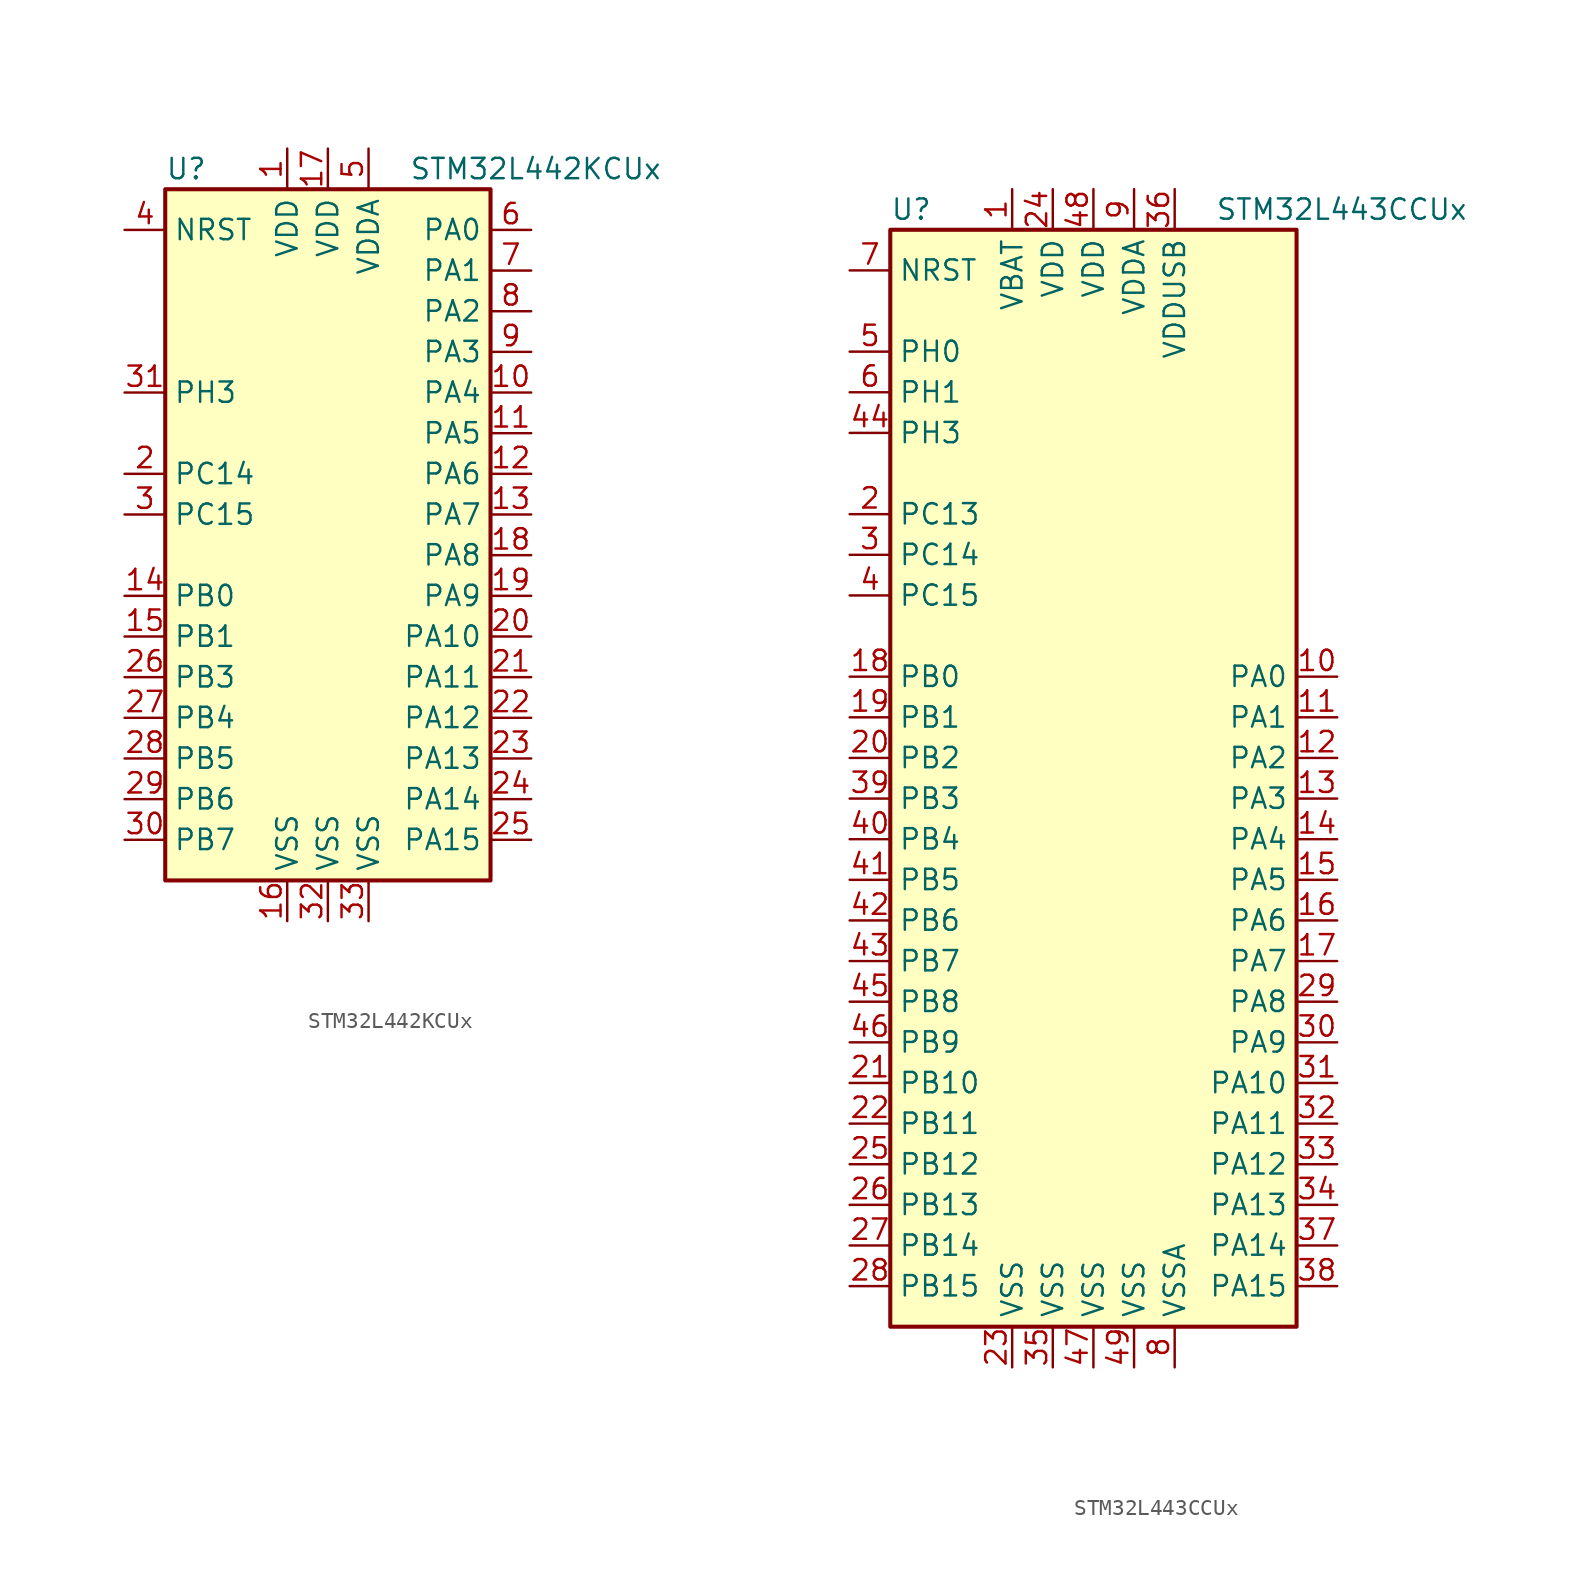
<source format=kicad_sym>
(kicad_symbol_lib
  (version 20211014)
  (generator kicad_symbol_editor)
  (symbol "STM32L442KCUx"
    (property "Reference" "U"
      (at -10.16 21.59 0)
      (effects (font (size 1.27 1.27)) (justify left)))
    (property "Value" "STM32L442KCUx"
      (at 5.08 21.59 0)
      (effects (font (size 1.27 1.27)) (justify left)))
    (symbol "STM32L442KCUx_0_1"
      (rectangle (start -10.16 -22.86) (end 10.16 20.32) (stroke (width 0.254) (type default) (color 0 0 0 0)) (fill (type background))))
    (symbol "STM32L442KCUx_1_1"
      (pin power_in line (at -2.54 22.86 270) (length 2.54) (name "VDD" (effects (font (size 1.27 1.27)))) (number "1" (effects (font (size 1.27 1.27)))))
      (pin bidirectional line (at 12.7 7.62 180) (length 2.54) (name "PA4" (effects (font (size 1.27 1.27)))) (number "10" (effects (font (size 1.27 1.27)))))
      (pin bidirectional line (at 12.7 5.08 180) (length 2.54) (name "PA5" (effects (font (size 1.27 1.27)))) (number "11" (effects (font (size 1.27 1.27)))))
      (pin bidirectional line (at 12.7 2.54 180) (length 2.54) (name "PA6" (effects (font (size 1.27 1.27)))) (number "12" (effects (font (size 1.27 1.27)))))
      (pin bidirectional line (at 12.7 0 180) (length 2.54) (name "PA7" (effects (font (size 1.27 1.27)))) (number "13" (effects (font (size 1.27 1.27)))))
      (pin bidirectional line (at -12.7 -5.08 0) (length 2.54) (name "PB0" (effects (font (size 1.27 1.27)))) (number "14" (effects (font (size 1.27 1.27)))))
      (pin bidirectional line (at -12.7 -7.62 0) (length 2.54) (name "PB1" (effects (font (size 1.27 1.27)))) (number "15" (effects (font (size 1.27 1.27)))))
      (pin power_in line (at -2.54 -25.4 90) (length 2.54) (name "VSS" (effects (font (size 1.27 1.27)))) (number "16" (effects (font (size 1.27 1.27)))))
      (pin power_in line (at 0 22.86 270) (length 2.54) (name "VDD" (effects (font (size 1.27 1.27)))) (number "17" (effects (font (size 1.27 1.27)))))
      (pin bidirectional line (at 12.7 -2.54 180) (length 2.54) (name "PA8" (effects (font (size 1.27 1.27)))) (number "18" (effects (font (size 1.27 1.27)))))
      (pin bidirectional line (at 12.7 -5.08 180) (length 2.54) (name "PA9" (effects (font (size 1.27 1.27)))) (number "19" (effects (font (size 1.27 1.27)))))
      (pin bidirectional line (at -12.7 2.54 0) (length 2.54) (name "PC14" (effects (font (size 1.27 1.27)))) (number "2" (effects (font (size 1.27 1.27)))))
      (pin bidirectional line (at 12.7 -7.62 180) (length 2.54) (name "PA10" (effects (font (size 1.27 1.27)))) (number "20" (effects (font (size 1.27 1.27)))))
      (pin bidirectional line (at 12.7 -10.16 180) (length 2.54) (name "PA11" (effects (font (size 1.27 1.27)))) (number "21" (effects (font (size 1.27 1.27)))))
      (pin bidirectional line (at 12.7 -12.7 180) (length 2.54) (name "PA12" (effects (font (size 1.27 1.27)))) (number "22" (effects (font (size 1.27 1.27)))))
      (pin bidirectional line (at 12.7 -15.24 180) (length 2.54) (name "PA13" (effects (font (size 1.27 1.27)))) (number "23" (effects (font (size 1.27 1.27)))))
      (pin bidirectional line (at 12.7 -17.78 180) (length 2.54) (name "PA14" (effects (font (size 1.27 1.27)))) (number "24" (effects (font (size 1.27 1.27)))))
      (pin bidirectional line (at 12.7 -20.32 180) (length 2.54) (name "PA15" (effects (font (size 1.27 1.27)))) (number "25" (effects (font (size 1.27 1.27)))))
      (pin bidirectional line (at -12.7 -10.16 0) (length 2.54) (name "PB3" (effects (font (size 1.27 1.27)))) (number "26" (effects (font (size 1.27 1.27)))))
      (pin bidirectional line (at -12.7 -12.7 0) (length 2.54) (name "PB4" (effects (font (size 1.27 1.27)))) (number "27" (effects (font (size 1.27 1.27)))))
      (pin bidirectional line (at -12.7 -15.24 0) (length 2.54) (name "PB5" (effects (font (size 1.27 1.27)))) (number "28" (effects (font (size 1.27 1.27)))))
      (pin bidirectional line (at -12.7 -17.78 0) (length 2.54) (name "PB6" (effects (font (size 1.27 1.27)))) (number "29" (effects (font (size 1.27 1.27)))))
      (pin bidirectional line (at -12.7 0 0) (length 2.54) (name "PC15" (effects (font (size 1.27 1.27)))) (number "3" (effects (font (size 1.27 1.27)))))
      (pin bidirectional line (at -12.7 -20.32 0) (length 2.54) (name "PB7" (effects (font (size 1.27 1.27)))) (number "30" (effects (font (size 1.27 1.27)))))
      (pin bidirectional line (at -12.7 7.62 0) (length 2.54) (name "PH3" (effects (font (size 1.27 1.27)))) (number "31" (effects (font (size 1.27 1.27)))))
      (pin power_in line (at 0 -25.4 90) (length 2.54) (name "VSS" (effects (font (size 1.27 1.27)))) (number "32" (effects (font (size 1.27 1.27)))))
      (pin power_in line (at 2.54 -25.4 90) (length 2.54) (name "VSS" (effects (font (size 1.27 1.27)))) (number "33" (effects (font (size 1.27 1.27)))))
      (pin input line (at -12.7 17.78 0) (length 2.54) (name "NRST" (effects (font (size 1.27 1.27)))) (number "4" (effects (font (size 1.27 1.27)))))
      (pin power_in line (at 2.54 22.86 270) (length 2.54) (name "VDDA" (effects (font (size 1.27 1.27)))) (number "5" (effects (font (size 1.27 1.27)))))
      (pin bidirectional line (at 12.7 17.78 180) (length 2.54) (name "PA0" (effects (font (size 1.27 1.27)))) (number "6" (effects (font (size 1.27 1.27)))))
      (pin bidirectional line (at 12.7 15.24 180) (length 2.54) (name "PA1" (effects (font (size 1.27 1.27)))) (number "7" (effects (font (size 1.27 1.27)))))
      (pin bidirectional line (at 12.7 12.7 180) (length 2.54) (name "PA2" (effects (font (size 1.27 1.27)))) (number "8" (effects (font (size 1.27 1.27)))))
      (pin bidirectional line (at 12.7 10.16 180) (length 2.54) (name "PA3" (effects (font (size 1.27 1.27)))) (number "9" (effects (font (size 1.27 1.27)))))))
  (symbol "STM32L443CCUx"
    (property "Reference" "U"
      (at -12.7 34.29 0)
      (effects (font (size 1.27 1.27)) (justify left)))
    (property "Value" "STM32L443CCUx"
      (at 7.62 34.29 0)
      (effects (font (size 1.27 1.27)) (justify left)))
    (symbol "STM32L443CCUx_0_1"
      (rectangle (start -12.7 -35.56) (end 12.7 33.02) (stroke (width 0.254) (type default) (color 0 0 0 0)) (fill (type background))))
    (symbol "STM32L443CCUx_1_1"
      (pin power_in line (at -5.08 35.56 270) (length 2.54) (name "VBAT" (effects (font (size 1.27 1.27)))) (number "1" (effects (font (size 1.27 1.27)))))
      (pin bidirectional line (at 15.24 5.08 180) (length 2.54) (name "PA0" (effects (font (size 1.27 1.27)))) (number "10" (effects (font (size 1.27 1.27)))))
      (pin bidirectional line (at 15.24 2.54 180) (length 2.54) (name "PA1" (effects (font (size 1.27 1.27)))) (number "11" (effects (font (size 1.27 1.27)))))
      (pin bidirectional line (at 15.24 0 180) (length 2.54) (name "PA2" (effects (font (size 1.27 1.27)))) (number "12" (effects (font (size 1.27 1.27)))))
      (pin bidirectional line (at 15.24 -2.54 180) (length 2.54) (name "PA3" (effects (font (size 1.27 1.27)))) (number "13" (effects (font (size 1.27 1.27)))))
      (pin bidirectional line (at 15.24 -5.08 180) (length 2.54) (name "PA4" (effects (font (size 1.27 1.27)))) (number "14" (effects (font (size 1.27 1.27)))))
      (pin bidirectional line (at 15.24 -7.62 180) (length 2.54) (name "PA5" (effects (font (size 1.27 1.27)))) (number "15" (effects (font (size 1.27 1.27)))))
      (pin bidirectional line (at 15.24 -10.16 180) (length 2.54) (name "PA6" (effects (font (size 1.27 1.27)))) (number "16" (effects (font (size 1.27 1.27)))))
      (pin bidirectional line (at 15.24 -12.7 180) (length 2.54) (name "PA7" (effects (font (size 1.27 1.27)))) (number "17" (effects (font (size 1.27 1.27)))))
      (pin bidirectional line (at -15.24 5.08 0) (length 2.54) (name "PB0" (effects (font (size 1.27 1.27)))) (number "18" (effects (font (size 1.27 1.27)))))
      (pin bidirectional line (at -15.24 2.54 0) (length 2.54) (name "PB1" (effects (font (size 1.27 1.27)))) (number "19" (effects (font (size 1.27 1.27)))))
      (pin bidirectional line (at -15.24 15.24 0) (length 2.54) (name "PC13" (effects (font (size 1.27 1.27)))) (number "2" (effects (font (size 1.27 1.27)))))
      (pin bidirectional line (at -15.24 0 0) (length 2.54) (name "PB2" (effects (font (size 1.27 1.27)))) (number "20" (effects (font (size 1.27 1.27)))))
      (pin bidirectional line (at -15.24 -20.32 0) (length 2.54) (name "PB10" (effects (font (size 1.27 1.27)))) (number "21" (effects (font (size 1.27 1.27)))))
      (pin bidirectional line (at -15.24 -22.86 0) (length 2.54) (name "PB11" (effects (font (size 1.27 1.27)))) (number "22" (effects (font (size 1.27 1.27)))))
      (pin power_in line (at -5.08 -38.1 90) (length 2.54) (name "VSS" (effects (font (size 1.27 1.27)))) (number "23" (effects (font (size 1.27 1.27)))))
      (pin power_in line (at -2.54 35.56 270) (length 2.54) (name "VDD" (effects (font (size 1.27 1.27)))) (number "24" (effects (font (size 1.27 1.27)))))
      (pin bidirectional line (at -15.24 -25.4 0) (length 2.54) (name "PB12" (effects (font (size 1.27 1.27)))) (number "25" (effects (font (size 1.27 1.27)))))
      (pin bidirectional line (at -15.24 -27.94 0) (length 2.54) (name "PB13" (effects (font (size 1.27 1.27)))) (number "26" (effects (font (size 1.27 1.27)))))
      (pin bidirectional line (at -15.24 -30.48 0) (length 2.54) (name "PB14" (effects (font (size 1.27 1.27)))) (number "27" (effects (font (size 1.27 1.27)))))
      (pin bidirectional line (at -15.24 -33.02 0) (length 2.54) (name "PB15" (effects (font (size 1.27 1.27)))) (number "28" (effects (font (size 1.27 1.27)))))
      (pin bidirectional line (at 15.24 -15.24 180) (length 2.54) (name "PA8" (effects (font (size 1.27 1.27)))) (number "29" (effects (font (size 1.27 1.27)))))
      (pin bidirectional line (at -15.24 12.7 0) (length 2.54) (name "PC14" (effects (font (size 1.27 1.27)))) (number "3" (effects (font (size 1.27 1.27)))))
      (pin bidirectional line (at 15.24 -17.78 180) (length 2.54) (name "PA9" (effects (font (size 1.27 1.27)))) (number "30" (effects (font (size 1.27 1.27)))))
      (pin bidirectional line (at 15.24 -20.32 180) (length 2.54) (name "PA10" (effects (font (size 1.27 1.27)))) (number "31" (effects (font (size 1.27 1.27)))))
      (pin bidirectional line (at 15.24 -22.86 180) (length 2.54) (name "PA11" (effects (font (size 1.27 1.27)))) (number "32" (effects (font (size 1.27 1.27)))))
      (pin bidirectional line (at 15.24 -25.4 180) (length 2.54) (name "PA12" (effects (font (size 1.27 1.27)))) (number "33" (effects (font (size 1.27 1.27)))))
      (pin bidirectional line (at 15.24 -27.94 180) (length 2.54) (name "PA13" (effects (font (size 1.27 1.27)))) (number "34" (effects (font (size 1.27 1.27)))))
      (pin power_in line (at -2.54 -38.1 90) (length 2.54) (name "VSS" (effects (font (size 1.27 1.27)))) (number "35" (effects (font (size 1.27 1.27)))))
      (pin power_in line (at 5.08 35.56 270) (length 2.54) (name "VDDUSB" (effects (font (size 1.27 1.27)))) (number "36" (effects (font (size 1.27 1.27)))))
      (pin bidirectional line (at 15.24 -30.48 180) (length 2.54) (name "PA14" (effects (font (size 1.27 1.27)))) (number "37" (effects (font (size 1.27 1.27)))))
      (pin bidirectional line (at 15.24 -33.02 180) (length 2.54) (name "PA15" (effects (font (size 1.27 1.27)))) (number "38" (effects (font (size 1.27 1.27)))))
      (pin bidirectional line (at -15.24 -2.54 0) (length 2.54) (name "PB3" (effects (font (size 1.27 1.27)))) (number "39" (effects (font (size 1.27 1.27)))))
      (pin bidirectional line (at -15.24 10.16 0) (length 2.54) (name "PC15" (effects (font (size 1.27 1.27)))) (number "4" (effects (font (size 1.27 1.27)))))
      (pin bidirectional line (at -15.24 -5.08 0) (length 2.54) (name "PB4" (effects (font (size 1.27 1.27)))) (number "40" (effects (font (size 1.27 1.27)))))
      (pin bidirectional line (at -15.24 -7.62 0) (length 2.54) (name "PB5" (effects (font (size 1.27 1.27)))) (number "41" (effects (font (size 1.27 1.27)))))
      (pin bidirectional line (at -15.24 -10.16 0) (length 2.54) (name "PB6" (effects (font (size 1.27 1.27)))) (number "42" (effects (font (size 1.27 1.27)))))
      (pin bidirectional line (at -15.24 -12.7 0) (length 2.54) (name "PB7" (effects (font (size 1.27 1.27)))) (number "43" (effects (font (size 1.27 1.27)))))
      (pin bidirectional line (at -15.24 20.32 0) (length 2.54) (name "PH3" (effects (font (size 1.27 1.27)))) (number "44" (effects (font (size 1.27 1.27)))))
      (pin bidirectional line (at -15.24 -15.24 0) (length 2.54) (name "PB8" (effects (font (size 1.27 1.27)))) (number "45" (effects (font (size 1.27 1.27)))))
      (pin bidirectional line (at -15.24 -17.78 0) (length 2.54) (name "PB9" (effects (font (size 1.27 1.27)))) (number "46" (effects (font (size 1.27 1.27)))))
      (pin power_in line (at 0 -38.1 90) (length 2.54) (name "VSS" (effects (font (size 1.27 1.27)))) (number "47" (effects (font (size 1.27 1.27)))))
      (pin power_in line (at 0 35.56 270) (length 2.54) (name "VDD" (effects (font (size 1.27 1.27)))) (number "48" (effects (font (size 1.27 1.27)))))
      (pin power_in line (at 2.54 -38.1 90) (length 2.54) (name "VSS" (effects (font (size 1.27 1.27)))) (number "49" (effects (font (size 1.27 1.27)))))
      (pin input line (at -15.24 25.4 0) (length 2.54) (name "PH0" (effects (font (size 1.27 1.27)))) (number "5" (effects (font (size 1.27 1.27)))))
      (pin input line (at -15.24 22.86 0) (length 2.54) (name "PH1" (effects (font (size 1.27 1.27)))) (number "6" (effects (font (size 1.27 1.27)))))
      (pin input line (at -15.24 30.48 0) (length 2.54) (name "NRST" (effects (font (size 1.27 1.27)))) (number "7" (effects (font (size 1.27 1.27)))))
      (pin power_in line (at 5.08 -38.1 90) (length 2.54) (name "VSSA" (effects (font (size 1.27 1.27)))) (number "8" (effects (font (size 1.27 1.27)))))
      (pin power_in line (at 2.54 35.56 270) (length 2.54) (name "VDDA" (effects (font (size 1.27 1.27)))) (number "9" (effects (font (size 1.27 1.27))))))))
</source>
